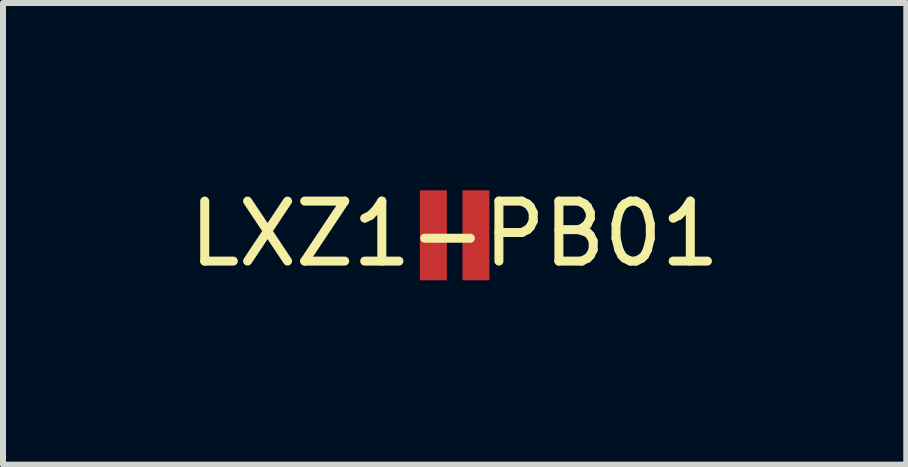
<source format=kicad_pcb>
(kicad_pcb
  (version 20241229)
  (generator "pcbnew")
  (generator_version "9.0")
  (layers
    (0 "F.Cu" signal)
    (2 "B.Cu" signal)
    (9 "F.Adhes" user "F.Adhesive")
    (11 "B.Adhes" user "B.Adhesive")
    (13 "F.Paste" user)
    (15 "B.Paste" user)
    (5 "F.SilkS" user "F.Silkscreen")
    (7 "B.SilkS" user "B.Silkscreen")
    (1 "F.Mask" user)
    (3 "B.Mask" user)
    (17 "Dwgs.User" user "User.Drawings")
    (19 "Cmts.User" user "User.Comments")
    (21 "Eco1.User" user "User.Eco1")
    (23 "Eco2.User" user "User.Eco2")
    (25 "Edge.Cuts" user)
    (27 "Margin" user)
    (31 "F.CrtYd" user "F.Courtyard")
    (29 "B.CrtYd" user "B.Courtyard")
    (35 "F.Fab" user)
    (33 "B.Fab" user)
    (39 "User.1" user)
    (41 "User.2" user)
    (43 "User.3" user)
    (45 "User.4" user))
  (footprint "LXZ1-PB01"
    (layer "F.Cu")
    (at 4.53 0.848)
    (property "Reference" "LXZ1-PB01" (at 0 0 0) (unlocked yes) (layer "F.SilkS") (effects (font (size 1 1) (thickness 0.15))))
    (pad "A" smd rect (at -0.355 0.025) (size 0.45 1.5) (layers "F.Cu" "F.Mask" "F.Paste"))
    (pad "C" smd rect (at 0.355 0.025) (size 0.45 1.5) (layers "F.Cu" "F.Mask" "F.Paste")))
  (gr_rect
    (start -3 -3)
    (end 12.06 4.697)
    (stroke (width 0.1) (type default))
    (fill no)
    (layer "Edge.Cuts")))
</source>
